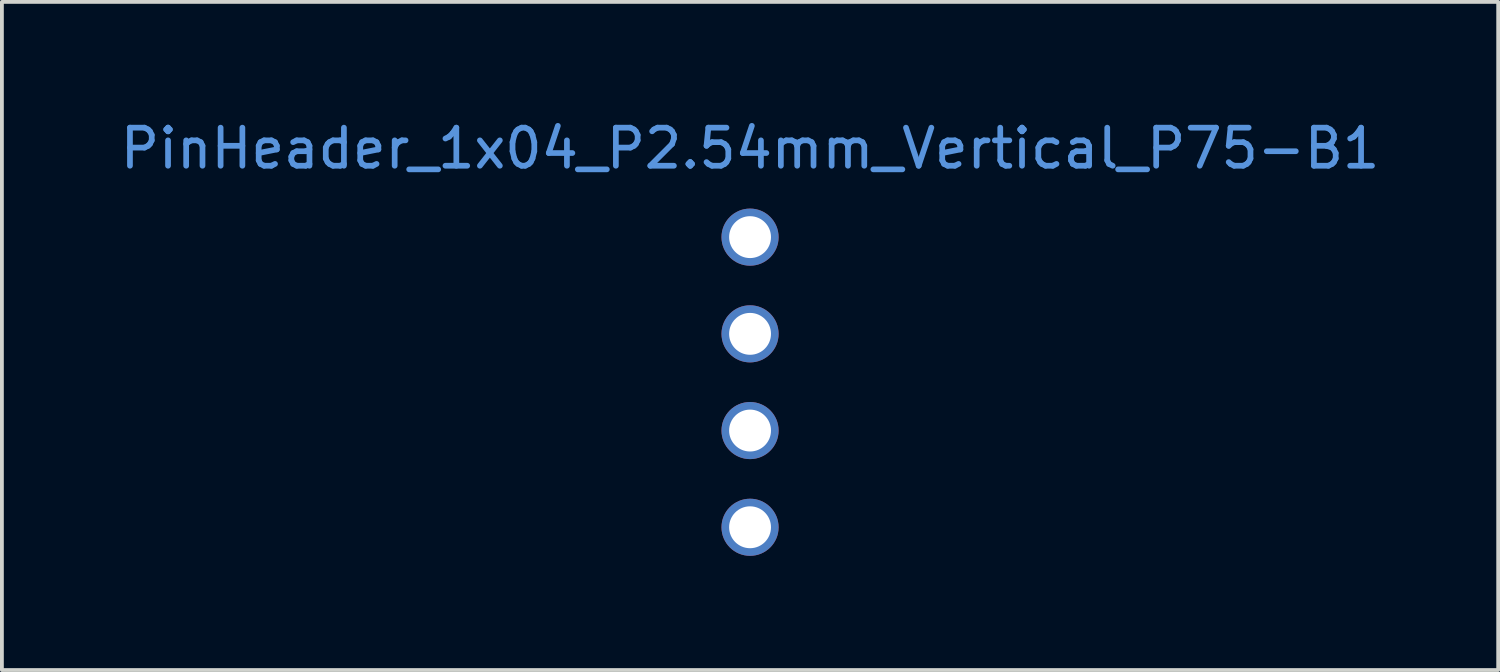
<source format=kicad_pcb>
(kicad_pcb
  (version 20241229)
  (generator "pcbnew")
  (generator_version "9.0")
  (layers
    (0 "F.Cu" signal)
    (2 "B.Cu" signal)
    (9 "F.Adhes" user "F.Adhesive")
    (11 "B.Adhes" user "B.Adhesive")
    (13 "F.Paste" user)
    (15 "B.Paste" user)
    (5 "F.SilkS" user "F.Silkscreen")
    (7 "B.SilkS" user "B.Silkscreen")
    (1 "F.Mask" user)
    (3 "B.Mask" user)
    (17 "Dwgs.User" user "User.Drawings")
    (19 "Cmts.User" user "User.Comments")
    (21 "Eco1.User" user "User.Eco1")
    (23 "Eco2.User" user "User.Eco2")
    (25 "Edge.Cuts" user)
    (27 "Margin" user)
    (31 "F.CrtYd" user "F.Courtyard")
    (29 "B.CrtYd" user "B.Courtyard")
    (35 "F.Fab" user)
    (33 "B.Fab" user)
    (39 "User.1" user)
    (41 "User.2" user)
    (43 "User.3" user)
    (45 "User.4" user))
  (footprint "PinHeader_1x04_P2.54mm_Vertical_P75-B1"
    (layer "F.Cu")
    (at 16.649 3.178)
    (property "Reference" "PinHeader_1x04_P2.54mm_Vertical_P75-B1" (at 0 -2.33 0) (layer "Cmts.User") (effects (font (size 1 1) (thickness 0.15))))
    (attr through_hole)
    (pad "1" thru_hole circle (at 0 0) (size 1.5 1.5) (drill 1.1) (layers "*.Cu" "*.Mask"))
    (pad "2" thru_hole circle (at 0 2.54) (size 1.5 1.5) (drill 1.1) (layers "*.Cu" "*.Mask"))
    (pad "3" thru_hole circle (at 0 5.08) (size 1.5 1.5) (drill 1.1) (layers "*.Cu" "*.Mask"))
    (pad "4" thru_hole circle (at 0 7.62) (size 1.5 1.5) (drill 1.1) (layers "*.Cu" "*.Mask")))
  (gr_rect
    (start -3 -3)
    (end 36.298 14.548)
    (stroke (width 0.1) (type default))
    (fill no)
    (layer "Edge.Cuts")))
</source>
